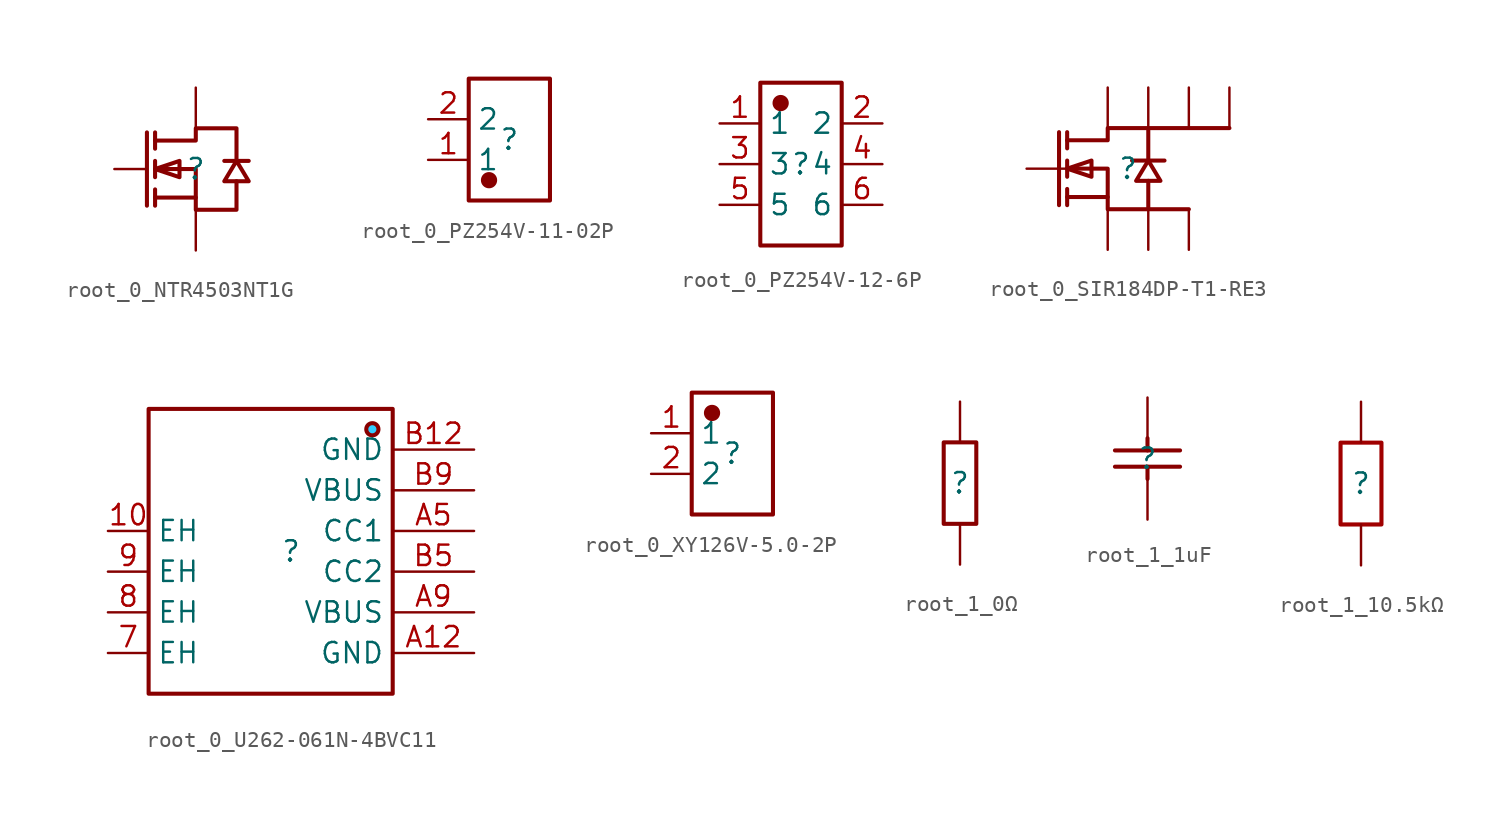
<source format=kicad_sym>
(kicad_symbol_lib
  (version 20231120)
  (generator "kicad_symbol_editor")
  (generator_version "8.0")
  (symbol "root_0_NTR4503NT1G"
    (property "Reference" ""
      (at 0 0 0)
      (effects (font (size 1.27 1.27))))
    (property "Value" ""
      (at 0 0 0)
      (effects (font (size 1.27 1.27))))
    (symbol "root_0_NTR4503NT1G_1_0"
      (polyline (pts (xy -3.048 2.286) (xy -3.048 -2.286)) (stroke (width 0.254) (type solid) (color 136 0 0 1)) (fill (type none)))
      (polyline (pts (xy -2.54 -2.286) (xy -2.54 -1.27)) (stroke (width 0.254) (type solid) (color 136 0 0 1)) (fill (type none)))
      (polyline (pts (xy -2.54 -0.508) (xy -2.54 0.508)) (stroke (width 0.254) (type solid) (color 136 0 0 1)) (fill (type none)))
      (polyline (pts (xy -2.54 2.286) (xy -2.54 1.27)) (stroke (width 0.254) (type solid) (color 136 0 0 1)) (fill (type none)))
      (polyline (pts (xy 0 -1.778) (xy -2.54 -1.778)) (stroke (width 0.254) (type solid) (color 136 0 0 1)) (fill (type none)))
      (polyline (pts (xy -2.54 0) (xy -1.016 -0.508) (xy -1.016 -0.508) (xy -1.016 0.508) (xy -1.016 0.508) (xy -2.54 0)) (stroke (width 0.254) (type solid) (color 136 0 0 1)) (fill (type none)))
      (polyline (pts (xy 2.54 0.508) (xy 1.778 -0.762) (xy 1.778 -0.762) (xy 3.302 -0.762) (xy 3.302 -0.762) (xy 2.54 0.508)) (stroke (width 0.254) (type solid) (color 136 0 0 1)) (fill (type none)))
      (polyline (pts (xy 3.302 0.508) (xy 3.048 0.508) (xy 3.048 0.508) (xy 2.032 0.508) (xy 2.032 0.508) (xy 1.778 0.508)) (stroke (width 0.254) (type solid) (color 136 0 0 1)) (fill (type none)))
      (polyline (pts (xy -2.54 0) (xy 0 0) (xy 0 0) (xy 0 -2.54) (xy 0 -2.54) (xy 2.54 -2.54) (xy 2.54 -2.54) (xy 2.54 -0.762)) (stroke (width 0.254) (type solid) (color 136 0 0 1)) (fill (type none)))
      (polyline (pts (xy -2.54 1.778) (xy 0 1.778) (xy 0 1.778) (xy 0 2.54) (xy 0 2.54) (xy 2.54 2.54) (xy 2.54 2.54) (xy 2.54 0.508)) (stroke (width 0.254) (type solid) (color 136 0 0 1)) (fill (type none)))
      (pin passive line (at -5.08 0 0) (length 2.032) (name "G" (effects (font (size 0 0)))) (number "1" (effects (font (size 0 0)))))
      (pin passive line (at 0 -5.08 90) (length 2.54) (name "S" (effects (font (size 0 0)))) (number "2" (effects (font (size 0 0)))))
      (pin passive line (at 0 5.08 270) (length 2.54) (name "D" (effects (font (size 0 0)))) (number "3" (effects (font (size 0 0)))))))
  (symbol "root_0_PZ254V-11-02P"
    (property "Reference" ""
      (at 0 0 0)
      (effects (font (size 1.27 1.27))))
    (property "Value" ""
      (at 0 0 0)
      (effects (font (size 1.27 1.27))))
    (symbol "root_0_PZ254V-11-02P_1_0"
      (rectangle (start -2.54 3.81) (end 2.54 -3.81) (stroke (width 0.254) (type solid) (color 136 0 0 1)) (fill (type none)))
      (circle (center -1.27 -2.54) (radius 0.381) (stroke (width 0.254) (type solid) (color 136 0 0 1)) (fill (type outline)))
      (pin passive line (at -5.08 -1.27 0) (length 2.54) (name "1" (effects (font (size 1.27 1.27)))) (number "1" (effects (font (size 1.27 1.27)))))
      (pin passive line (at -5.08 1.27 0) (length 2.54) (name "2" (effects (font (size 1.27 1.27)))) (number "2" (effects (font (size 1.27 1.27)))))))
  (symbol "root_0_PZ254V-12-6P"
    (property "Reference" ""
      (at 0 0 0)
      (effects (font (size 1.27 1.27))))
    (property "Value" ""
      (at 0 0 0)
      (effects (font (size 1.27 1.27))))
    (symbol "root_0_PZ254V-12-6P_1_0"
      (rectangle (start -2.54 5.08) (end 2.54 -5.08) (stroke (width 0.254) (type solid) (color 136 0 0 1)) (fill (type none)))
      (circle (center -1.27 3.81) (radius 0.381) (stroke (width 0.254) (type solid) (color 136 0 0 1)) (fill (type outline)))
      (pin passive line (at -5.08 2.54 0) (length 2.54) (name "1" (effects (font (size 1.27 1.27)))) (number "1" (effects (font (size 1.27 1.27)))))
      (pin passive line (at 5.08 2.54 180) (length 2.54) (name "2" (effects (font (size 1.27 1.27)))) (number "2" (effects (font (size 1.27 1.27)))))
      (pin passive line (at -5.08 0 0) (length 2.54) (name "3" (effects (font (size 1.27 1.27)))) (number "3" (effects (font (size 1.27 1.27)))))
      (pin passive line (at 5.08 0 180) (length 2.54) (name "4" (effects (font (size 1.27 1.27)))) (number "4" (effects (font (size 1.27 1.27)))))
      (pin passive line (at -5.08 -2.54 0) (length 2.54) (name "5" (effects (font (size 1.27 1.27)))) (number "5" (effects (font (size 1.27 1.27)))))
      (pin passive line (at 5.08 -2.54 180) (length 2.54) (name "6" (effects (font (size 1.27 1.27)))) (number "6" (effects (font (size 1.27 1.27)))))))
  (symbol "root_0_SIR184DP-T1-RE3"
    (property "Reference" ""
      (at 0 0 0)
      (effects (font (size 1.27 1.27))))
    (property "Value" ""
      (at 0 0 0)
      (effects (font (size 1.27 1.27))))
    (symbol "root_0_SIR184DP-T1-RE3_1_0"
      (polyline (pts (xy -4.318 2.286) (xy -4.318 -2.286)) (stroke (width 0.254) (type solid) (color 136 0 0 1)) (fill (type none)))
      (polyline (pts (xy -3.81 -2.286) (xy -3.81 -1.27)) (stroke (width 0.254) (type solid) (color 136 0 0 1)) (fill (type none)))
      (polyline (pts (xy -3.81 -0.508) (xy -3.81 0.508)) (stroke (width 0.254) (type solid) (color 136 0 0 1)) (fill (type none)))
      (polyline (pts (xy -3.81 2.286) (xy -3.81 1.27)) (stroke (width 0.254) (type solid) (color 136 0 0 1)) (fill (type none)))
      (polyline (pts (xy -1.27 -1.778) (xy -3.81 -1.778)) (stroke (width 0.254) (type solid) (color 136 0 0 1)) (fill (type none)))
      (polyline (pts (xy -3.81 0) (xy -2.286 -0.508) (xy -2.286 -0.508) (xy -2.286 0.508) (xy -2.286 0.508) (xy -3.81 0)) (stroke (width 0.254) (type solid) (color 136 0 0 1)) (fill (type none)))
      (polyline (pts (xy 1.27 0.508) (xy 0.508 -0.762) (xy 0.508 -0.762) (xy 2.032 -0.762) (xy 2.032 -0.762) (xy 1.27 0.508)) (stroke (width 0.254) (type solid) (color 136 0 0 1)) (fill (type none)))
      (polyline (pts (xy 2.286 0.508) (xy 1.778 0.508) (xy 1.778 0.508) (xy 0.762 0.508) (xy 0.762 0.508) (xy 0.254 0.508)) (stroke (width 0.254) (type solid) (color 136 0 0 1)) (fill (type none)))
      (polyline (pts (xy -3.81 0) (xy -1.27 0) (xy -1.27 0) (xy -1.27 -2.54) (xy -1.27 -2.54) (xy 3.81 -2.54) (xy 3.81 -2.54) (xy 1.27 -2.54) (xy 1.27 -2.54) (xy 1.27 -0.762)) (stroke (width 0.254) (type solid) (color 136 0 0 1)) (fill (type none)))
      (polyline (pts (xy -3.81 1.778) (xy -1.27 1.778) (xy -1.27 1.778) (xy -1.27 2.54) (xy -1.27 2.54) (xy 6.35 2.54) (xy 6.35 2.54) (xy 1.27 2.54) (xy 1.27 2.54) (xy 1.27 0.508)) (stroke (width 0.254) (type solid) (color 136 0 0 1)) (fill (type none)))
      (pin passive line (at -1.27 -5.08 90) (length 2.54) (name "S" (effects (font (size 0 0)))) (number "1" (effects (font (size 0 0)))))
      (pin passive line (at 1.27 -5.08 90) (length 2.54) (name "S" (effects (font (size 0 0)))) (number "2" (effects (font (size 0 0)))))
      (pin passive line (at 3.81 -5.08 90) (length 2.54) (name "S" (effects (font (size 0 0)))) (number "3" (effects (font (size 0 0)))))
      (pin passive line (at -6.35 0 0) (length 2.54) (name "G" (effects (font (size 0 0)))) (number "4" (effects (font (size 0 0)))))
      (pin passive line (at -1.27 5.08 270) (length 2.54) (name "D" (effects (font (size 0 0)))) (number "5" (effects (font (size 0 0)))))
      (pin passive line (at 1.27 5.08 270) (length 2.54) (name "D" (effects (font (size 0 0)))) (number "6" (effects (font (size 0 0)))))
      (pin passive line (at 3.81 5.08 270) (length 2.54) (name "D" (effects (font (size 0 0)))) (number "7" (effects (font (size 0 0)))))
      (pin passive line (at 6.35 5.08 270) (length 2.54) (name "D" (effects (font (size 0 0)))) (number "8" (effects (font (size 0 0)))))))
  (symbol "root_0_U262-061N-4BVC11"
    (property "Reference" ""
      (at 0 0 0)
      (effects (font (size 1.27 1.27))))
    (property "Value" ""
      (at 0 0 0)
      (effects (font (size 1.27 1.27))))
    (symbol "root_0_U262-061N-4BVC11_1_0"
      (rectangle (start -8.89 8.89) (end 6.35 -8.89) (stroke (width 0.254) (type solid) (color 136 0 0 1)) (fill (type none)))
      (circle (center 5.08 7.62) (radius 0.381) (stroke (width 0.254) (type solid) (color 136 0 0 1)) (fill (type color) (color 51 204 255 1)))
      (pin passive line (at -11.43 1.27 0) (length 2.54) (name "EH" (effects (font (size 1.27 1.27)))) (number "10" (effects (font (size 1.27 1.27)))))
      (pin passive line (at -11.43 -6.35 0) (length 2.54) (name "EH" (effects (font (size 1.27 1.27)))) (number "7" (effects (font (size 1.27 1.27)))))
      (pin passive line (at -11.43 -3.81 0) (length 2.54) (name "EH" (effects (font (size 1.27 1.27)))) (number "8" (effects (font (size 1.27 1.27)))))
      (pin passive line (at -11.43 -1.27 0) (length 2.54) (name "EH" (effects (font (size 1.27 1.27)))) (number "9" (effects (font (size 1.27 1.27)))))
      (pin passive line (at 11.43 -6.35 180) (length 5.08) (name "GND" (effects (font (size 1.27 1.27)))) (number "A12" (effects (font (size 1.27 1.27)))))
      (pin passive line (at 11.43 1.27 180) (length 5.08) (name "CC1" (effects (font (size 1.27 1.27)))) (number "A5" (effects (font (size 1.27 1.27)))))
      (pin passive line (at 11.43 -3.81 180) (length 5.08) (name "VBUS" (effects (font (size 1.27 1.27)))) (number "A9" (effects (font (size 1.27 1.27)))))
      (pin passive line (at 11.43 6.35 180) (length 5.08) (name "GND" (effects (font (size 1.27 1.27)))) (number "B12" (effects (font (size 1.27 1.27)))))
      (pin passive line (at 11.43 -1.27 180) (length 5.08) (name "CC2" (effects (font (size 1.27 1.27)))) (number "B5" (effects (font (size 1.27 1.27)))))
      (pin passive line (at 11.43 3.81 180) (length 5.08) (name "VBUS" (effects (font (size 1.27 1.27)))) (number "B9" (effects (font (size 1.27 1.27)))))))
  (symbol "root_0_XY126V-5.0-2P"
    (property "Reference" ""
      (at 0 0 0)
      (effects (font (size 1.27 1.27))))
    (property "Value" ""
      (at 0 0 0)
      (effects (font (size 1.27 1.27))))
    (symbol "root_0_XY126V-5.0-2P_1_0"
      (rectangle (start -2.54 3.81) (end 2.54 -3.81) (stroke (width 0.254) (type solid) (color 136 0 0 1)) (fill (type none)))
      (circle (center -1.27 2.54) (radius 0.381) (stroke (width 0.254) (type solid) (color 136 0 0 1)) (fill (type outline)))
      (pin passive line (at -5.08 1.27 0) (length 2.54) (name "1" (effects (font (size 1.27 1.27)))) (number "1" (effects (font (size 1.27 1.27)))))
      (pin passive line (at -5.08 -1.27 0) (length 2.54) (name "2" (effects (font (size 1.27 1.27)))) (number "2" (effects (font (size 1.27 1.27)))))))
  (symbol "root_1_0Ω"
    (property "Reference" ""
      (at 0 0 0)
      (effects (font (size 1.27 1.27))))
    (property "Value" ""
      (at 0 0 0)
      (effects (font (size 1.27 1.27))))
    (symbol "root_1_0Ω_1_0"
      (rectangle (start -1.016 2.54) (end 1.016 -2.54) (stroke (width 0.254) (type solid) (color 136 0 0 1)) (fill (type none)))
      (pin passive line (at 0 -5.08 90) (length 2.54) (name "1" (effects (font (size 0 0)))) (number "1" (effects (font (size 0 0)))))
      (pin passive line (at 0 5.08 270) (length 2.54) (name "2" (effects (font (size 0 0)))) (number "2" (effects (font (size 0 0)))))))
  (symbol "root_1_1uF"
    (property "Reference" ""
      (at 0 0 0)
      (effects (font (size 1.27 1.27))))
    (property "Value" ""
      (at 0 0 0)
      (effects (font (size 1.27 1.27))))
    (symbol "root_1_1uF_1_0"
      (polyline (pts (xy 0 -1.27) (xy 0 -0.508)) (stroke (width 0.254) (type solid) (color 136 0 0 1)) (fill (type none)))
      (polyline (pts (xy 0 0.508) (xy 0 1.27)) (stroke (width 0.254) (type solid) (color 136 0 0 1)) (fill (type none)))
      (polyline (pts (xy 2.032 -0.508) (xy -2.032 -0.508)) (stroke (width 0.254) (type solid) (color 136 0 0 1)) (fill (type none)))
      (polyline (pts (xy 2.032 0.508) (xy -2.032 0.508)) (stroke (width 0.254) (type solid) (color 136 0 0 1)) (fill (type none)))
      (pin passive line (at 0 -3.81 90) (length 2.54) (name "1" (effects (font (size 0 0)))) (number "1" (effects (font (size 0 0)))))
      (pin passive line (at 0 3.81 270) (length 2.54) (name "2" (effects (font (size 0 0)))) (number "2" (effects (font (size 0 0)))))))
  (symbol "root_1_10.5kΩ"
    (property "Reference" ""
      (at 0 0 0)
      (effects (font (size 1.27 1.27))))
    (property "Value" ""
      (at 0 0 0)
      (effects (font (size 1.27 1.27))))
    (symbol "root_1_10.5kΩ_1_0"
      (rectangle (start -1.27 2.54) (end 1.27 -2.54) (stroke (width 0.254) (type solid) (color 160 0 0 1)) (fill (type none)))
      (pin passive line (at 0 -5.08 90) (length 2.54) (name "1" (effects (font (size 0 0)))) (number "1" (effects (font (size 0 0)))))
      (pin passive line (at 0 5.08 270) (length 2.54) (name "2" (effects (font (size 0 0)))) (number "2" (effects (font (size 0 0))))))))
</source>
